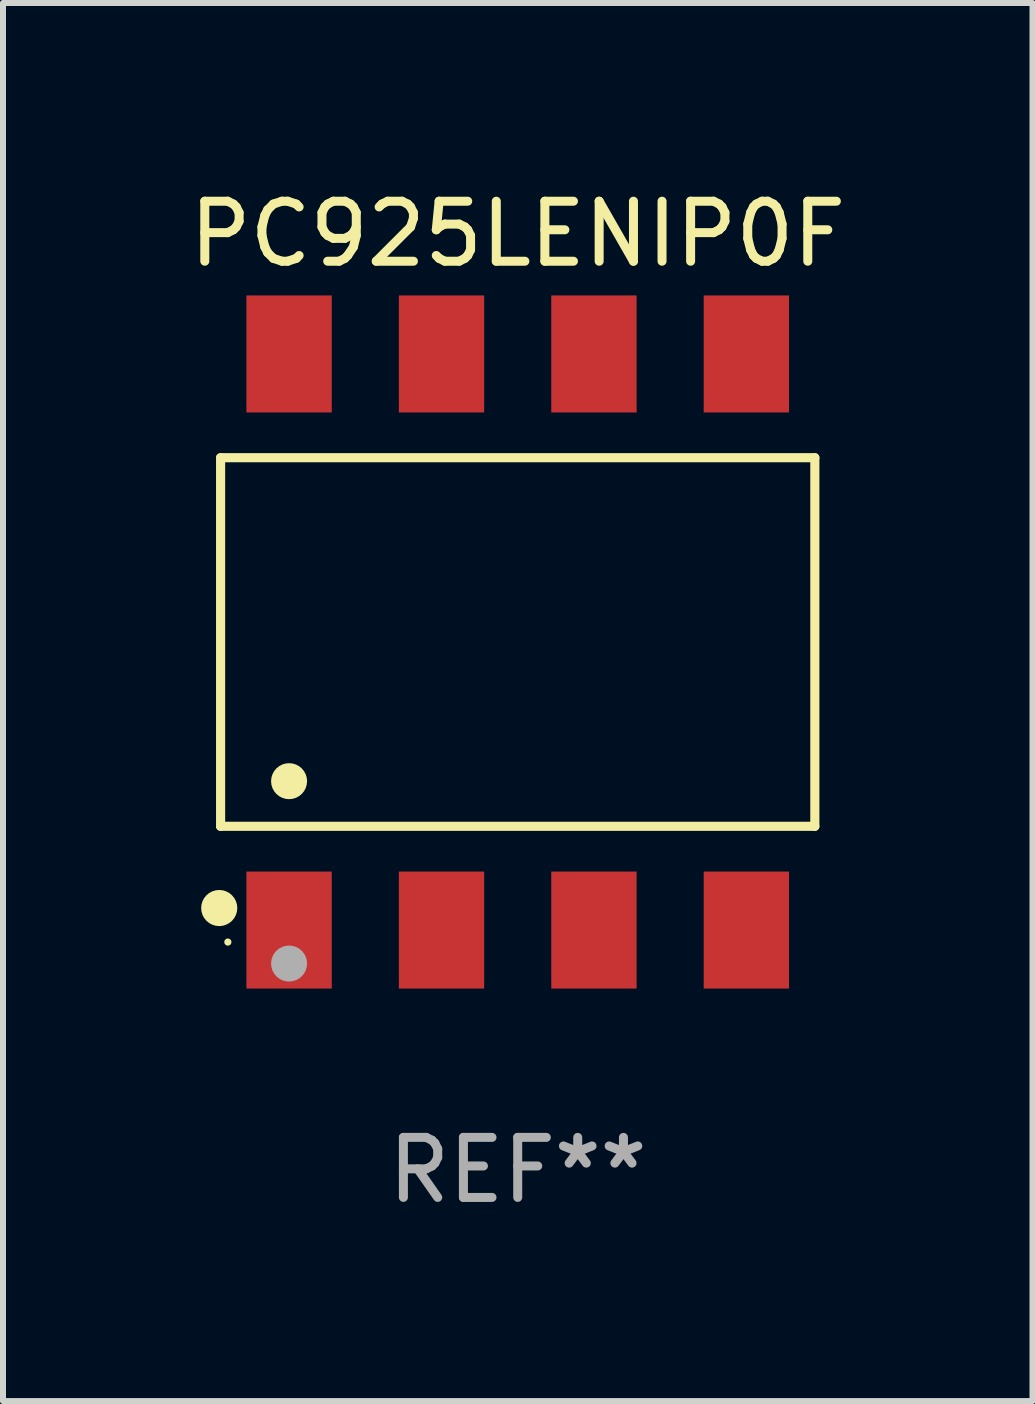
<source format=kicad_pcb>
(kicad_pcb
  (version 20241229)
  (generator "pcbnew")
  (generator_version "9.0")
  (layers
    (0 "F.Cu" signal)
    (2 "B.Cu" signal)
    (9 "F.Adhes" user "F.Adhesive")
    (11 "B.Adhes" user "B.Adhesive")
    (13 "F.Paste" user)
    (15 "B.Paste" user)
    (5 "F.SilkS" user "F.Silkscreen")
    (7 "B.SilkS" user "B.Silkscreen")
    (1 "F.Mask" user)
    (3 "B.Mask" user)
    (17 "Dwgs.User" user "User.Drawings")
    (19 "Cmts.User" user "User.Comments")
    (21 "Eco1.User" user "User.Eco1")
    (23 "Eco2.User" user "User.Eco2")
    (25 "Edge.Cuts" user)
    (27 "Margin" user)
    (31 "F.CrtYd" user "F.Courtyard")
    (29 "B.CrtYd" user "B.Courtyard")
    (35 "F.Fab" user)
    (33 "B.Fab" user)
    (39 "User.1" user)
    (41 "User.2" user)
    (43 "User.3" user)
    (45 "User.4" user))
  (footprint "PC925LENIP0F"
    (layer "F.Cu")
    (at 5.577 7.648)
    (property "Reference" "PC925LENIP0F" (at 0 -6.8 0) (layer "F.SilkS") (effects (font (size 1 1) (thickness 0.15))))
    (attr through_hole)
    (fp_line (start -4.951 -3.071) (end 4.951 -3.071) (stroke (width 0.152) (type solid)) (layer "F.SilkS"))
    (fp_line (start -4.951 3.071) (end -4.951 -3.071) (stroke (width 0.152) (type solid)) (layer "F.SilkS"))
    (fp_line (start 4.951 -3.071) (end 4.951 3.071) (stroke (width 0.152) (type solid)) (layer "F.SilkS"))
    (fp_line (start 4.951 3.071) (end -4.951 3.071) (stroke (width 0.152) (type solid)) (layer "F.SilkS"))
    (fp_circle (center -4.974 4.433) (end -4.823 4.433) (stroke (width 0.3) (type solid)) (fill no) (layer "F.SilkS"))
    (fp_circle (center -4.83 5) (end -4.8 5) (stroke (width 0.06) (type solid)) (fill no) (layer "F.SilkS"))
    (fp_circle (center -3.81 2.319) (end -3.66 2.319) (stroke (width 0.3) (type solid)) (fill no) (layer "F.SilkS"))
    (fp_circle (center -3.81 5.358) (end -3.66 5.358) (stroke (width 0.3) (type solid)) (fill no) (layer "F.Fab"))
    (fp_text user "REF**" (at 0 8.8 0) (layer "F.Fab") (effects (font (size 1 1) (thickness 0.15))))
    (pad "1" smd rect (at -3.81 4.8) (size 1.422 1.95) (layers "F.Cu" "F.Mask" "F.Paste"))
    (pad "2" smd rect (at -1.27 4.8) (size 1.422 1.95) (layers "F.Cu" "F.Mask" "F.Paste"))
    (pad "3" smd rect (at 1.27 4.8) (size 1.422 1.95) (layers "F.Cu" "F.Mask" "F.Paste"))
    (pad "4" smd rect (at 3.81 4.8) (size 1.422 1.95) (layers "F.Cu" "F.Mask" "F.Paste"))
    (pad "5" smd rect (at 3.81 -4.8) (size 1.422 1.95) (layers "F.Cu" "F.Mask" "F.Paste"))
    (pad "6" smd rect (at 1.27 -4.8) (size 1.422 1.95) (layers "F.Cu" "F.Mask" "F.Paste"))
    (pad "7" smd rect (at -1.27 -4.8) (size 1.422 1.95) (layers "F.Cu" "F.Mask" "F.Paste"))
    (pad "8" smd rect (at -3.81 -4.8) (size 1.422 1.95) (layers "F.Cu" "F.Mask" "F.Paste")))
  (gr_rect
    (start -3 -3)
    (end 14.155 20.296)
    (stroke (width 0.1) (type default))
    (fill no)
    (layer "Edge.Cuts")))
</source>
